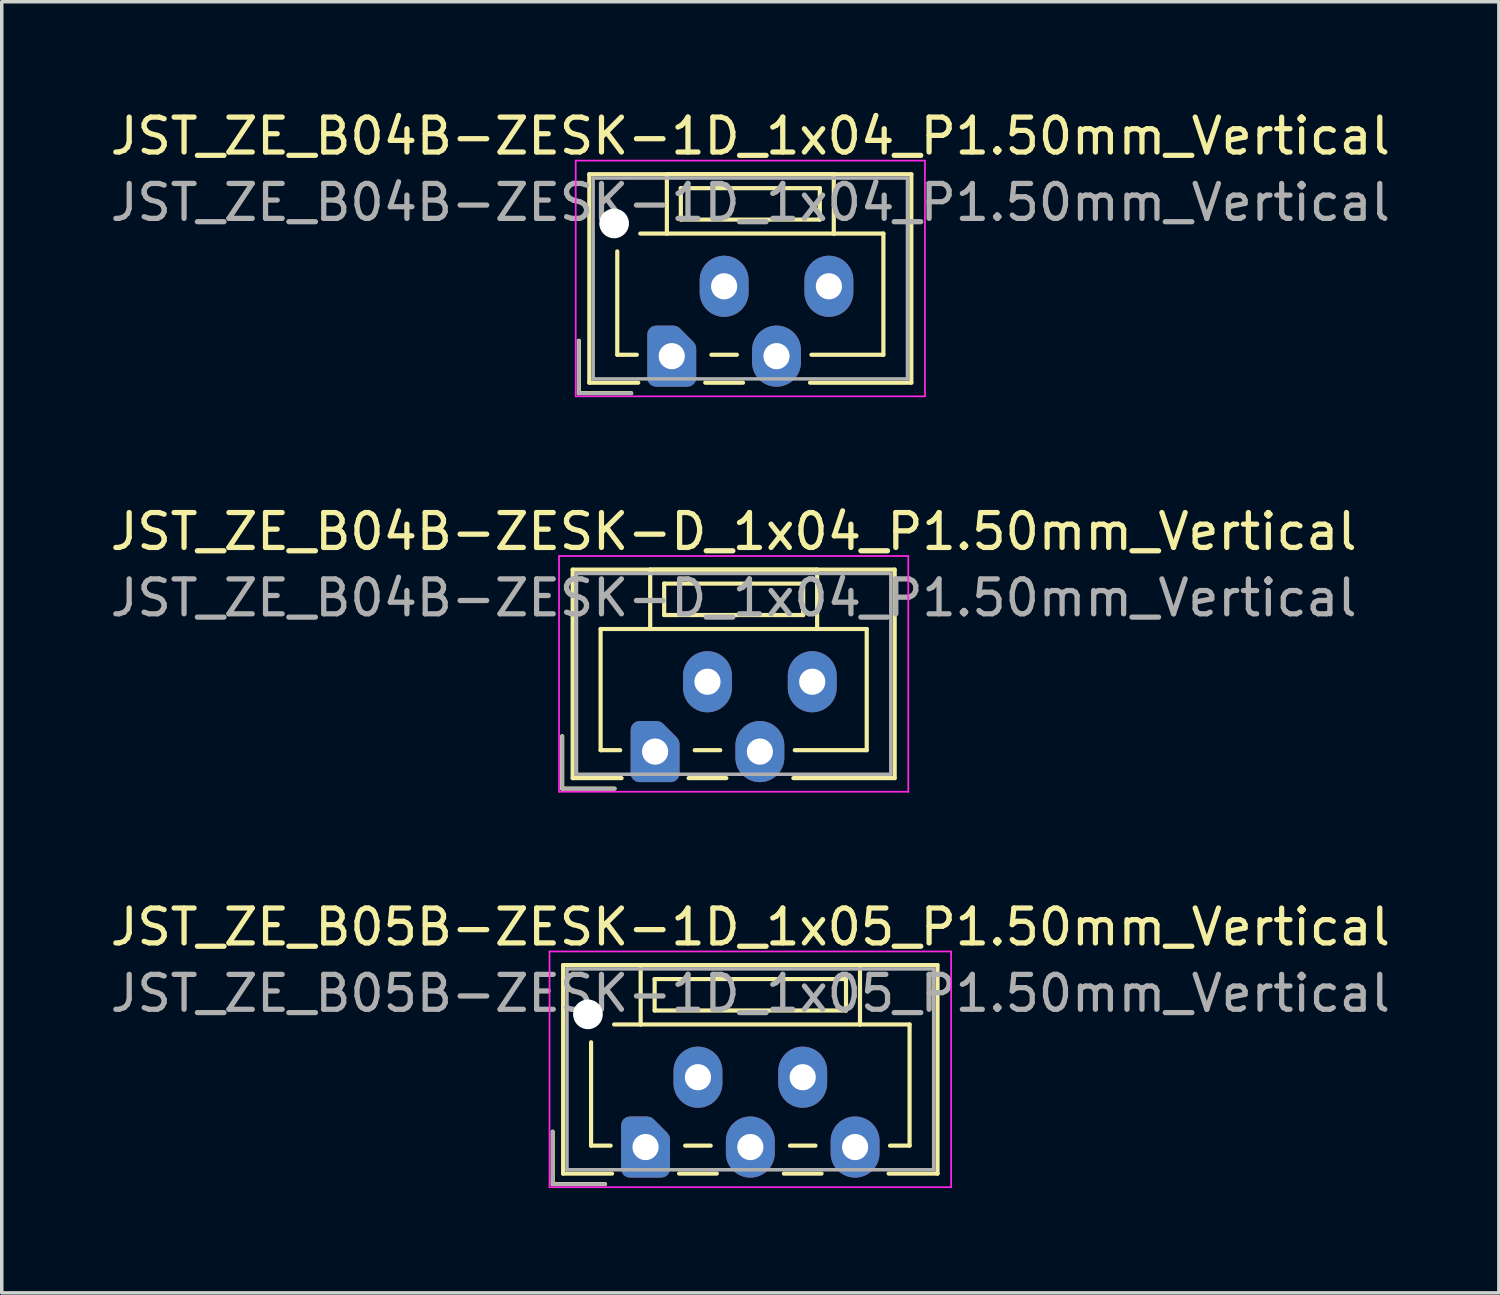
<source format=kicad_pcb>
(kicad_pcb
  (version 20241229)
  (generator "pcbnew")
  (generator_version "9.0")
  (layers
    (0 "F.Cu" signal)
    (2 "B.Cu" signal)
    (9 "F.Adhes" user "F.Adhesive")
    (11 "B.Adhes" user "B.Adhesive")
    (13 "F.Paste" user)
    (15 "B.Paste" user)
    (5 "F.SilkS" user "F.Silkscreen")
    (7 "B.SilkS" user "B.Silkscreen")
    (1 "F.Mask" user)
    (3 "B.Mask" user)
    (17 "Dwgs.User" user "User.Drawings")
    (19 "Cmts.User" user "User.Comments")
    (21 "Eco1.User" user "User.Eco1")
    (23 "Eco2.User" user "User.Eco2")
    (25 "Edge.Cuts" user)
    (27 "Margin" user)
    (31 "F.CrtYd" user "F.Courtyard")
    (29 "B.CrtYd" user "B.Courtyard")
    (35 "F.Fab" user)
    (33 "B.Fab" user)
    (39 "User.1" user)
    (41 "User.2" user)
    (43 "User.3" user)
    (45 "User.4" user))
  (footprint "JST_ZE_B05B-ZESK-1D_1x05_P1.50mm_Vertical"
    (layer "F.Cu")
    (at 15.435 29.795)
    (property "Reference" "JST_ZE_B05B-ZESK-1D_1x05_P1.50mm_Vertical" (at 3 -6.3 0) (layer "F.SilkS") (effects (font (size 1 1) (thickness 0.15))))
    (attr through_hole)
    (fp_line (start -2.66 -0.44) (end -2.66 1.06) (stroke (width 0.12) (type solid)) (layer "F.SilkS"))
    (fp_line (start -2.66 1.06) (end -1.16 1.06) (stroke (width 0.12) (type solid)) (layer "F.SilkS"))
    (fp_line (start -2.36 -5.21) (end 8.36 -5.21) (stroke (width 0.12) (type solid)) (layer "F.SilkS"))
    (fp_line (start -2.36 0.76) (end -2.36 -5.21) (stroke (width 0.12) (type solid)) (layer "F.SilkS"))
    (fp_line (start -1.56 -3) (end -1.56 -0.04) (stroke (width 0.12) (type solid)) (layer "F.SilkS"))
    (fp_line (start -1.56 -0.04) (end -1 -0.04) (stroke (width 0.12) (type solid)) (layer "F.SilkS"))
    (fp_line (start -0.96 0.76) (end -2.36 0.76) (stroke (width 0.12) (type solid)) (layer "F.SilkS"))
    (fp_line (start -0.14 -5.21) (end -0.14 -3.51) (stroke (width 0.12) (type solid)) (layer "F.SilkS"))
    (fp_line (start -0.14 -3.51) (end -0.9 -3.51) (stroke (width 0.12) (type solid)) (layer "F.SilkS"))
    (fp_line (start -0.14 -3.51) (end 6.14 -3.51) (stroke (width 0.12) (type solid)) (layer "F.SilkS"))
    (fp_line (start 0.26 -4.81) (end 0.26 -3.91) (stroke (width 0.12) (type solid)) (layer "F.SilkS"))
    (fp_line (start 0.26 -3.91) (end 5.74 -3.91) (stroke (width 0.12) (type solid)) (layer "F.SilkS"))
    (fp_line (start 0.96 0.76) (end 2.04 0.76) (stroke (width 0.12) (type solid)) (layer "F.SilkS"))
    (fp_line (start 1.135 -0.04) (end 1.865 -0.04) (stroke (width 0.12) (type solid)) (layer "F.SilkS"))
    (fp_line (start 3.96 0.76) (end 5.04 0.76) (stroke (width 0.12) (type solid)) (layer "F.SilkS"))
    (fp_line (start 4.135 -0.04) (end 4.865 -0.04) (stroke (width 0.12) (type solid)) (layer "F.SilkS"))
    (fp_line (start 5.74 -4.81) (end 0.26 -4.81) (stroke (width 0.12) (type solid)) (layer "F.SilkS"))
    (fp_line (start 5.74 -3.91) (end 5.74 -4.81) (stroke (width 0.12) (type solid)) (layer "F.SilkS"))
    (fp_line (start 6.14 -5.21) (end -0.14 -5.21) (stroke (width 0.12) (type solid)) (layer "F.SilkS"))
    (fp_line (start 6.14 -3.51) (end 6.14 -5.21) (stroke (width 0.12) (type solid)) (layer "F.SilkS"))
    (fp_line (start 6.14 -3.51) (end 7.56 -3.51) (stroke (width 0.12) (type solid)) (layer "F.SilkS"))
    (fp_line (start 7.56 -3.51) (end 7.56 -0.04) (stroke (width 0.12) (type solid)) (layer "F.SilkS"))
    (fp_line (start 7.56 -0.04) (end 7 -0.04) (stroke (width 0.12) (type solid)) (layer "F.SilkS"))
    (fp_line (start 8.36 -5.21) (end 8.36 0.76) (stroke (width 0.12) (type solid)) (layer "F.SilkS"))
    (fp_line (start 8.36 0.76) (end 6.96 0.76) (stroke (width 0.12) (type solid)) (layer "F.SilkS"))
    (fp_line (start -2.75 -5.6) (end -2.75 1.15) (stroke (width 0.05) (type solid)) (layer "F.CrtYd"))
    (fp_line (start -2.75 1.15) (end 8.75 1.15) (stroke (width 0.05) (type solid)) (layer "F.CrtYd"))
    (fp_line (start 8.75 -5.6) (end -2.75 -5.6) (stroke (width 0.05) (type solid)) (layer "F.CrtYd"))
    (fp_line (start 8.75 1.15) (end 8.75 -5.6) (stroke (width 0.05) (type solid)) (layer "F.CrtYd"))
    (fp_line (start -2.66 -0.44) (end -2.66 1.06) (stroke (width 0.1) (type solid)) (layer "F.Fab"))
    (fp_line (start -2.66 1.06) (end -1.16 1.06) (stroke (width 0.1) (type solid)) (layer "F.Fab"))
    (fp_line (start -2.25 -5.1) (end -2.25 0.65) (stroke (width 0.1) (type solid)) (layer "F.Fab"))
    (fp_line (start -2.25 0.65) (end 8.25 0.65) (stroke (width 0.1) (type solid)) (layer "F.Fab"))
    (fp_line (start 8.25 -5.1) (end -2.25 -5.1) (stroke (width 0.1) (type solid)) (layer "F.Fab"))
    (fp_line (start 8.25 0.65) (end 8.25 -5.1) (stroke (width 0.1) (type solid)) (layer "F.Fab"))
    (fp_text user "${REFERENCE}" (at 3 -4.4 0) (layer "F.Fab") (effects (font (size 1 1) (thickness 0.15))))
    (pad "" np_thru_hole circle (at -1.65 -3.8) (size 0.85 0.85) (drill 0.85) (layers "*.Cu" "*.Mask"))
    (pad "1" thru_hole custom (at 0 0) (size 1.117 1.117) (drill 0.75) (layers "*.Cu" "*.Mask") (options (anchor circle)) (primitives (gr_poly (pts (xy 0.45 -0.225) (xy 0.45 0.625) (xy -0.45 0.625) (xy -0.45 -0.625) (xy 0.05 -0.625)) (width 0.5) (fill yes))))
    (pad "2" thru_hole oval (at 1.5 -2) (size 1.4 1.75) (drill 0.75) (layers "*.Cu" "*.Mask"))
    (pad "3" thru_hole oval (at 3 0) (size 1.4 1.75) (drill 0.75) (layers "*.Cu" "*.Mask"))
    (pad "4" thru_hole oval (at 4.5 -2) (size 1.4 1.75) (drill 0.75) (layers "*.Cu" "*.Mask"))
    (pad "5" thru_hole oval (at 6 0) (size 1.4 1.75) (drill 0.75) (layers "*.Cu" "*.Mask")))
  (footprint "JST_ZE_B04B-ZESK-1D_1x04_P1.50mm_Vertical"
    (layer "F.Cu")
    (at 16.185 7.148)
    (property "Reference" "JST_ZE_B04B-ZESK-1D_1x04_P1.50mm_Vertical" (at 2.25 -6.3 0) (layer "F.SilkS") (effects (font (size 1 1) (thickness 0.15))))
    (attr through_hole)
    (fp_line (start -2.66 -0.44) (end -2.66 1.06) (stroke (width 0.12) (type solid)) (layer "F.SilkS"))
    (fp_line (start -2.66 1.06) (end -1.16 1.06) (stroke (width 0.12) (type solid)) (layer "F.SilkS"))
    (fp_line (start -2.36 -5.21) (end 6.86 -5.21) (stroke (width 0.12) (type solid)) (layer "F.SilkS"))
    (fp_line (start -2.36 0.76) (end -2.36 -5.21) (stroke (width 0.12) (type solid)) (layer "F.SilkS"))
    (fp_line (start -1.56 -3) (end -1.56 -0.04) (stroke (width 0.12) (type solid)) (layer "F.SilkS"))
    (fp_line (start -1.56 -0.04) (end -1 -0.04) (stroke (width 0.12) (type solid)) (layer "F.SilkS"))
    (fp_line (start -0.96 0.76) (end -2.36 0.76) (stroke (width 0.12) (type solid)) (layer "F.SilkS"))
    (fp_line (start -0.14 -5.21) (end -0.14 -3.51) (stroke (width 0.12) (type solid)) (layer "F.SilkS"))
    (fp_line (start -0.14 -3.51) (end -0.9 -3.51) (stroke (width 0.12) (type solid)) (layer "F.SilkS"))
    (fp_line (start -0.14 -3.51) (end 4.64 -3.51) (stroke (width 0.12) (type solid)) (layer "F.SilkS"))
    (fp_line (start 0.26 -4.81) (end 0.26 -3.91) (stroke (width 0.12) (type solid)) (layer "F.SilkS"))
    (fp_line (start 0.26 -3.91) (end 4.24 -3.91) (stroke (width 0.12) (type solid)) (layer "F.SilkS"))
    (fp_line (start 0.96 0.76) (end 2.04 0.76) (stroke (width 0.12) (type solid)) (layer "F.SilkS"))
    (fp_line (start 1.135 -0.04) (end 1.865 -0.04) (stroke (width 0.12) (type solid)) (layer "F.SilkS"))
    (fp_line (start 4.24 -4.81) (end 0.26 -4.81) (stroke (width 0.12) (type solid)) (layer "F.SilkS"))
    (fp_line (start 4.24 -3.91) (end 4.24 -4.81) (stroke (width 0.12) (type solid)) (layer "F.SilkS"))
    (fp_line (start 4.64 -5.21) (end -0.14 -5.21) (stroke (width 0.12) (type solid)) (layer "F.SilkS"))
    (fp_line (start 4.64 -3.51) (end 4.64 -5.21) (stroke (width 0.12) (type solid)) (layer "F.SilkS"))
    (fp_line (start 4.64 -3.51) (end 6.06 -3.51) (stroke (width 0.12) (type solid)) (layer "F.SilkS"))
    (fp_line (start 6.06 -3.51) (end 6.06 -0.04) (stroke (width 0.12) (type solid)) (layer "F.SilkS"))
    (fp_line (start 6.06 -0.04) (end 4 -0.04) (stroke (width 0.12) (type solid)) (layer "F.SilkS"))
    (fp_line (start 6.86 -5.21) (end 6.86 0.76) (stroke (width 0.12) (type solid)) (layer "F.SilkS"))
    (fp_line (start 6.86 0.76) (end 3.96 0.76) (stroke (width 0.12) (type solid)) (layer "F.SilkS"))
    (fp_line (start -2.75 -5.6) (end -2.75 1.15) (stroke (width 0.05) (type solid)) (layer "F.CrtYd"))
    (fp_line (start -2.75 1.15) (end 7.25 1.15) (stroke (width 0.05) (type solid)) (layer "F.CrtYd"))
    (fp_line (start 7.25 -5.6) (end -2.75 -5.6) (stroke (width 0.05) (type solid)) (layer "F.CrtYd"))
    (fp_line (start 7.25 1.15) (end 7.25 -5.6) (stroke (width 0.05) (type solid)) (layer "F.CrtYd"))
    (fp_line (start -2.66 -0.44) (end -2.66 1.06) (stroke (width 0.1) (type solid)) (layer "F.Fab"))
    (fp_line (start -2.66 1.06) (end -1.16 1.06) (stroke (width 0.1) (type solid)) (layer "F.Fab"))
    (fp_line (start -2.25 -5.1) (end -2.25 0.65) (stroke (width 0.1) (type solid)) (layer "F.Fab"))
    (fp_line (start -2.25 0.65) (end 6.75 0.65) (stroke (width 0.1) (type solid)) (layer "F.Fab"))
    (fp_line (start 6.75 -5.1) (end -2.25 -5.1) (stroke (width 0.1) (type solid)) (layer "F.Fab"))
    (fp_line (start 6.75 0.65) (end 6.75 -5.1) (stroke (width 0.1) (type solid)) (layer "F.Fab"))
    (fp_text user "${REFERENCE}" (at 2.25 -4.4 0) (layer "F.Fab") (effects (font (size 1 1) (thickness 0.15))))
    (pad "" np_thru_hole circle (at -1.65 -3.8) (size 0.85 0.85) (drill 0.85) (layers "*.Cu" "*.Mask"))
    (pad "1" thru_hole custom (at 0 0) (size 1.117 1.117) (drill 0.75) (layers "*.Cu" "*.Mask") (options (anchor circle)) (primitives (gr_poly (pts (xy 0.45 -0.225) (xy 0.45 0.625) (xy -0.45 0.625) (xy -0.45 -0.625) (xy 0.05 -0.625)) (width 0.5) (fill yes))))
    (pad "2" thru_hole oval (at 1.5 -2) (size 1.4 1.75) (drill 0.75) (layers "*.Cu" "*.Mask"))
    (pad "3" thru_hole oval (at 3 0) (size 1.4 1.75) (drill 0.75) (layers "*.Cu" "*.Mask"))
    (pad "4" thru_hole oval (at 4.5 -2) (size 1.4 1.75) (drill 0.75) (layers "*.Cu" "*.Mask")))
  (footprint "JST_ZE_B04B-ZESK-D_1x04_P1.50mm_Vertical"
    (layer "F.Cu")
    (at 15.708 18.471)
    (property "Reference" "JST_ZE_B04B-ZESK-D_1x04_P1.50mm_Vertical" (at 2.25 -6.3 0) (layer "F.SilkS") (effects (font (size 1 1) (thickness 0.15))))
    (attr through_hole)
    (fp_line (start -2.66 -0.44) (end -2.66 1.06) (stroke (width 0.12) (type solid)) (layer "F.SilkS"))
    (fp_line (start -2.66 1.06) (end -1.16 1.06) (stroke (width 0.12) (type solid)) (layer "F.SilkS"))
    (fp_line (start -2.36 -5.21) (end 6.86 -5.21) (stroke (width 0.12) (type solid)) (layer "F.SilkS"))
    (fp_line (start -2.36 0.76) (end -2.36 -5.21) (stroke (width 0.12) (type solid)) (layer "F.SilkS"))
    (fp_line (start -1.56 -3.51) (end -1.56 -0.04) (stroke (width 0.12) (type solid)) (layer "F.SilkS"))
    (fp_line (start -1.56 -0.04) (end -1 -0.04) (stroke (width 0.12) (type solid)) (layer "F.SilkS"))
    (fp_line (start -0.96 0.76) (end -2.36 0.76) (stroke (width 0.12) (type solid)) (layer "F.SilkS"))
    (fp_line (start -0.14 -5.21) (end -0.14 -3.51) (stroke (width 0.12) (type solid)) (layer "F.SilkS"))
    (fp_line (start -0.14 -3.51) (end -1.56 -3.51) (stroke (width 0.12) (type solid)) (layer "F.SilkS"))
    (fp_line (start -0.14 -3.51) (end 4.64 -3.51) (stroke (width 0.12) (type solid)) (layer "F.SilkS"))
    (fp_line (start 0.26 -4.81) (end 0.26 -3.91) (stroke (width 0.12) (type solid)) (layer "F.SilkS"))
    (fp_line (start 0.26 -3.91) (end 4.24 -3.91) (stroke (width 0.12) (type solid)) (layer "F.SilkS"))
    (fp_line (start 0.96 0.76) (end 2.04 0.76) (stroke (width 0.12) (type solid)) (layer "F.SilkS"))
    (fp_line (start 1.135 -0.04) (end 1.865 -0.04) (stroke (width 0.12) (type solid)) (layer "F.SilkS"))
    (fp_line (start 4.24 -4.81) (end 0.26 -4.81) (stroke (width 0.12) (type solid)) (layer "F.SilkS"))
    (fp_line (start 4.24 -3.91) (end 4.24 -4.81) (stroke (width 0.12) (type solid)) (layer "F.SilkS"))
    (fp_line (start 4.64 -5.21) (end -0.14 -5.21) (stroke (width 0.12) (type solid)) (layer "F.SilkS"))
    (fp_line (start 4.64 -3.51) (end 4.64 -5.21) (stroke (width 0.12) (type solid)) (layer "F.SilkS"))
    (fp_line (start 4.64 -3.51) (end 6.06 -3.51) (stroke (width 0.12) (type solid)) (layer "F.SilkS"))
    (fp_line (start 6.06 -3.51) (end 6.06 -0.04) (stroke (width 0.12) (type solid)) (layer "F.SilkS"))
    (fp_line (start 6.06 -0.04) (end 4 -0.04) (stroke (width 0.12) (type solid)) (layer "F.SilkS"))
    (fp_line (start 6.86 -5.21) (end 6.86 0.76) (stroke (width 0.12) (type solid)) (layer "F.SilkS"))
    (fp_line (start 6.86 0.76) (end 3.96 0.76) (stroke (width 0.12) (type solid)) (layer "F.SilkS"))
    (fp_line (start -2.75 -5.6) (end -2.75 1.15) (stroke (width 0.05) (type solid)) (layer "F.CrtYd"))
    (fp_line (start -2.75 1.15) (end 7.25 1.15) (stroke (width 0.05) (type solid)) (layer "F.CrtYd"))
    (fp_line (start 7.25 -5.6) (end -2.75 -5.6) (stroke (width 0.05) (type solid)) (layer "F.CrtYd"))
    (fp_line (start 7.25 1.15) (end 7.25 -5.6) (stroke (width 0.05) (type solid)) (layer "F.CrtYd"))
    (fp_line (start -2.66 -0.44) (end -2.66 1.06) (stroke (width 0.1) (type solid)) (layer "F.Fab"))
    (fp_line (start -2.66 1.06) (end -1.16 1.06) (stroke (width 0.1) (type solid)) (layer "F.Fab"))
    (fp_line (start -2.25 -5.1) (end -2.25 0.65) (stroke (width 0.1) (type solid)) (layer "F.Fab"))
    (fp_line (start -2.25 0.65) (end 6.75 0.65) (stroke (width 0.1) (type solid)) (layer "F.Fab"))
    (fp_line (start 6.75 -5.1) (end -2.25 -5.1) (stroke (width 0.1) (type solid)) (layer "F.Fab"))
    (fp_line (start 6.75 0.65) (end 6.75 -5.1) (stroke (width 0.1) (type solid)) (layer "F.Fab"))
    (fp_text user "${REFERENCE}" (at 2.25 -4.4 0) (layer "F.Fab") (effects (font (size 1 1) (thickness 0.15))))
    (pad "1" thru_hole custom (at 0 0) (size 1.117 1.117) (drill 0.75) (layers "*.Cu" "*.Mask") (options (anchor circle)) (primitives (gr_poly (pts (xy 0.45 -0.225) (xy 0.45 0.625) (xy -0.45 0.625) (xy -0.45 -0.625) (xy 0.05 -0.625)) (width 0.5) (fill yes))))
    (pad "2" thru_hole oval (at 1.5 -2) (size 1.4 1.75) (drill 0.75) (layers "*.Cu" "*.Mask"))
    (pad "3" thru_hole oval (at 3 0) (size 1.4 1.75) (drill 0.75) (layers "*.Cu" "*.Mask"))
    (pad "4" thru_hole oval (at 4.5 -2) (size 1.4 1.75) (drill 0.75) (layers "*.Cu" "*.Mask")))
  (gr_rect
    (start -3 -3)
    (end 39.869 33.97)
    (stroke (width 0.1) (type default))
    (fill no)
    (layer "Edge.Cuts")))
</source>
